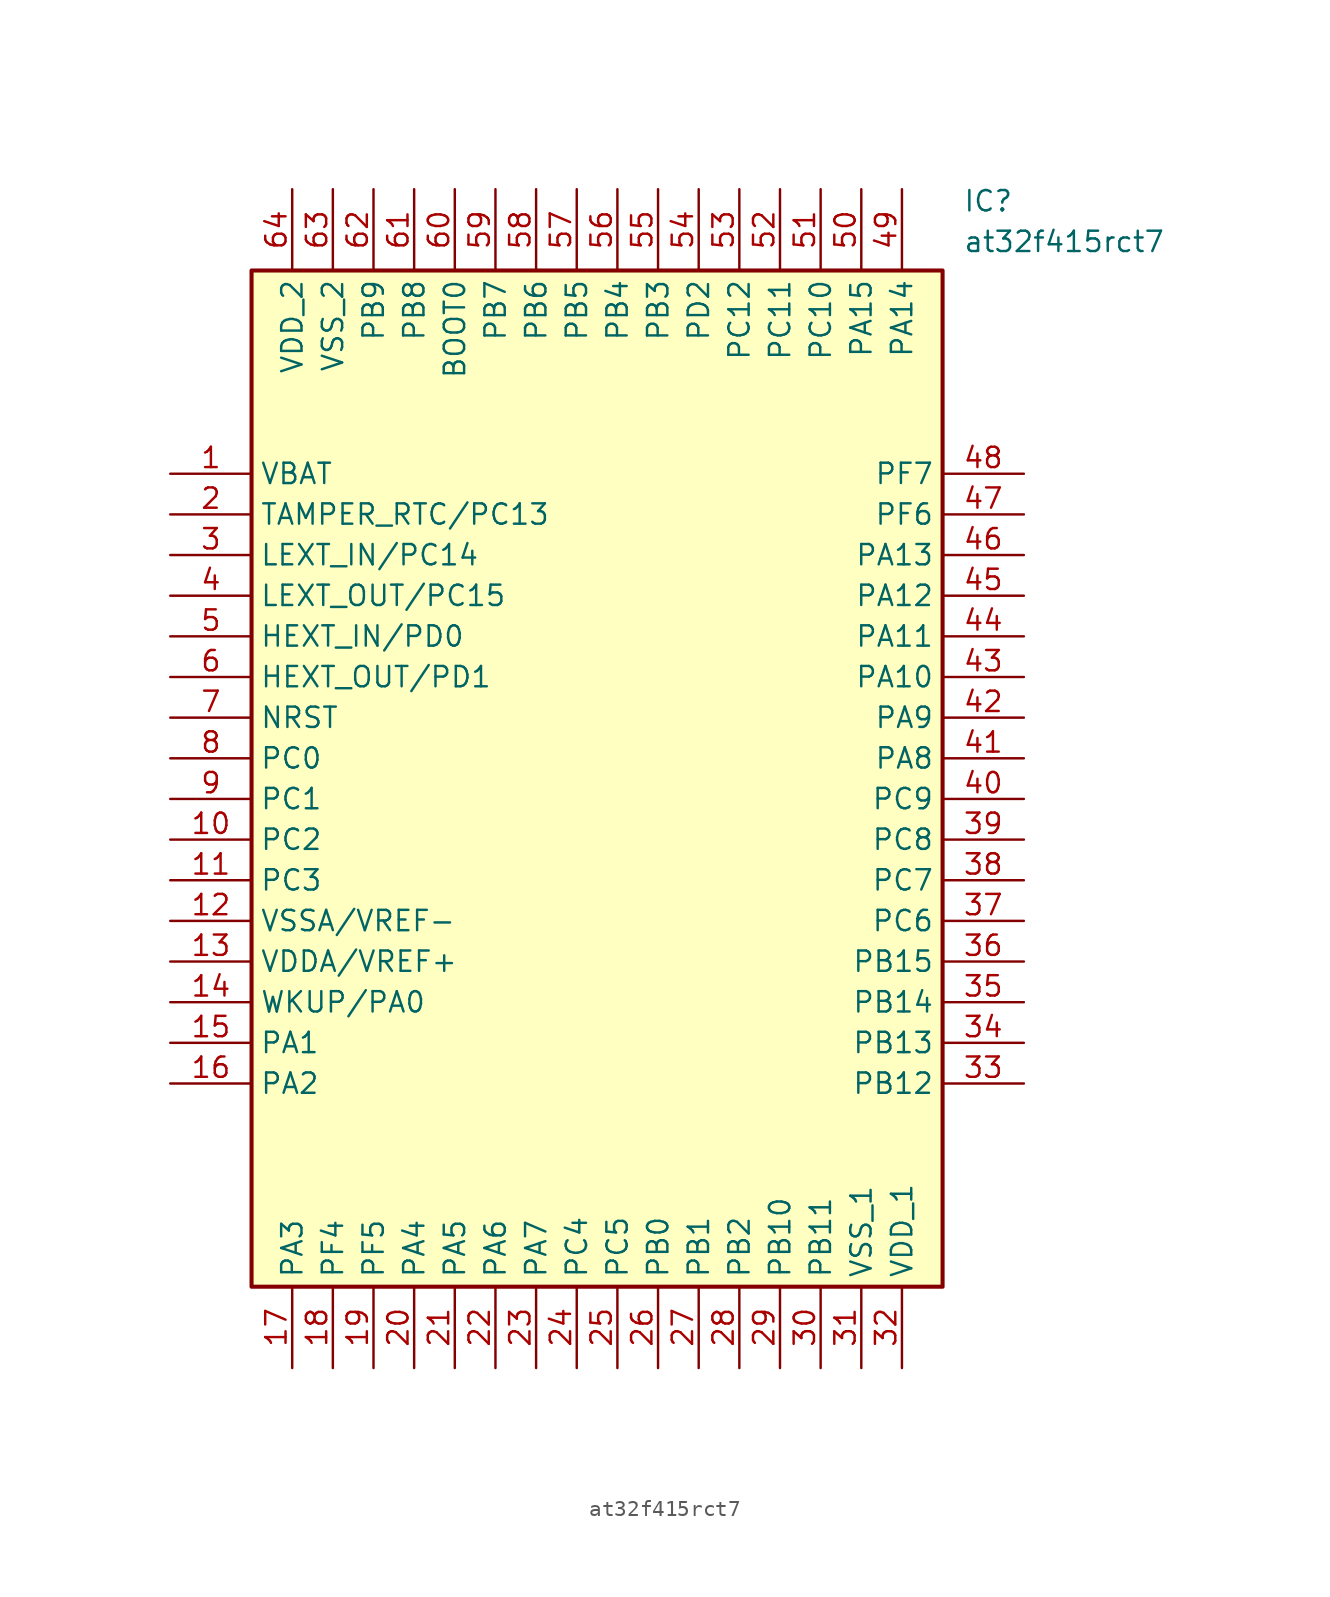
<source format=kicad_sym>
(kicad_symbol_lib
  (version 20211014)
  (generator SamacSys_ECAD_Model)
  (symbol "at32f415rct7"
    (property "Reference" "IC"
      (at 49.53 17.78 0)
      (effects (font (size 1.27 1.27)) (justify left top)))
    (property "Value" "at32f415rct7"
      (at 49.53 15.24 0)
      (effects (font (size 1.27 1.27)) (justify left top)))
    (rectangle
      (start 5.08 12.7)
      (end 48.26 -50.8)
      (stroke (width 0.254) (type default))
      (fill (type background)))
    (pin passive line
      (at 0 0 0)
      (length 5.08)
      (name "VBAT" (effects (font (size 1.27 1.27))))
      (number "1" (effects (font (size 1.27 1.27)))))
    (pin passive line
      (at 0 -2.54 0)
      (length 5.08)
      (name "TAMPER_RTC/PC13" (effects (font (size 1.27 1.27))))
      (number "2" (effects (font (size 1.27 1.27)))))
    (pin passive line
      (at 0 -5.08 0)
      (length 5.08)
      (name "LEXT_IN/PC14" (effects (font (size 1.27 1.27))))
      (number "3" (effects (font (size 1.27 1.27)))))
    (pin passive line
      (at 0 -7.62 0)
      (length 5.08)
      (name "LEXT_OUT/PC15" (effects (font (size 1.27 1.27))))
      (number "4" (effects (font (size 1.27 1.27)))))
    (pin passive line
      (at 0 -10.16 0)
      (length 5.08)
      (name "HEXT_IN/PD0" (effects (font (size 1.27 1.27))))
      (number "5" (effects (font (size 1.27 1.27)))))
    (pin passive line
      (at 0 -12.7 0)
      (length 5.08)
      (name "HEXT_OUT/PD1" (effects (font (size 1.27 1.27))))
      (number "6" (effects (font (size 1.27 1.27)))))
    (pin passive line
      (at 0 -15.24 0)
      (length 5.08)
      (name "NRST" (effects (font (size 1.27 1.27))))
      (number "7" (effects (font (size 1.27 1.27)))))
    (pin passive line
      (at 0 -17.78 0)
      (length 5.08)
      (name "PC0" (effects (font (size 1.27 1.27))))
      (number "8" (effects (font (size 1.27 1.27)))))
    (pin passive line
      (at 0 -20.32 0)
      (length 5.08)
      (name "PC1" (effects (font (size 1.27 1.27))))
      (number "9" (effects (font (size 1.27 1.27)))))
    (pin passive line
      (at 0 -22.86 0)
      (length 5.08)
      (name "PC2" (effects (font (size 1.27 1.27))))
      (number "10" (effects (font (size 1.27 1.27)))))
    (pin passive line
      (at 0 -25.4 0)
      (length 5.08)
      (name "PC3" (effects (font (size 1.27 1.27))))
      (number "11" (effects (font (size 1.27 1.27)))))
    (pin passive line
      (at 0 -27.94 0)
      (length 5.08)
      (name "VSSA/VREF-" (effects (font (size 1.27 1.27))))
      (number "12" (effects (font (size 1.27 1.27)))))
    (pin passive line
      (at 0 -30.48 0)
      (length 5.08)
      (name "VDDA/VREF+" (effects (font (size 1.27 1.27))))
      (number "13" (effects (font (size 1.27 1.27)))))
    (pin passive line
      (at 0 -33.02 0)
      (length 5.08)
      (name "WKUP/PA0" (effects (font (size 1.27 1.27))))
      (number "14" (effects (font (size 1.27 1.27)))))
    (pin passive line
      (at 0 -35.56 0)
      (length 5.08)
      (name "PA1" (effects (font (size 1.27 1.27))))
      (number "15" (effects (font (size 1.27 1.27)))))
    (pin passive line
      (at 0 -38.1 0)
      (length 5.08)
      (name "PA2" (effects (font (size 1.27 1.27))))
      (number "16" (effects (font (size 1.27 1.27)))))
    (pin passive line
      (at 7.62 -55.88 90)
      (length 5.08)
      (name "PA3" (effects (font (size 1.27 1.27))))
      (number "17" (effects (font (size 1.27 1.27)))))
    (pin passive line
      (at 10.16 -55.88 90)
      (length 5.08)
      (name "PF4" (effects (font (size 1.27 1.27))))
      (number "18" (effects (font (size 1.27 1.27)))))
    (pin passive line
      (at 12.7 -55.88 90)
      (length 5.08)
      (name "PF5" (effects (font (size 1.27 1.27))))
      (number "19" (effects (font (size 1.27 1.27)))))
    (pin passive line
      (at 15.24 -55.88 90)
      (length 5.08)
      (name "PA4" (effects (font (size 1.27 1.27))))
      (number "20" (effects (font (size 1.27 1.27)))))
    (pin passive line
      (at 17.78 -55.88 90)
      (length 5.08)
      (name "PA5" (effects (font (size 1.27 1.27))))
      (number "21" (effects (font (size 1.27 1.27)))))
    (pin passive line
      (at 20.32 -55.88 90)
      (length 5.08)
      (name "PA6" (effects (font (size 1.27 1.27))))
      (number "22" (effects (font (size 1.27 1.27)))))
    (pin passive line
      (at 22.86 -55.88 90)
      (length 5.08)
      (name "PA7" (effects (font (size 1.27 1.27))))
      (number "23" (effects (font (size 1.27 1.27)))))
    (pin passive line
      (at 25.4 -55.88 90)
      (length 5.08)
      (name "PC4" (effects (font (size 1.27 1.27))))
      (number "24" (effects (font (size 1.27 1.27)))))
    (pin passive line
      (at 27.94 -55.88 90)
      (length 5.08)
      (name "PC5" (effects (font (size 1.27 1.27))))
      (number "25" (effects (font (size 1.27 1.27)))))
    (pin passive line
      (at 30.48 -55.88 90)
      (length 5.08)
      (name "PB0" (effects (font (size 1.27 1.27))))
      (number "26" (effects (font (size 1.27 1.27)))))
    (pin passive line
      (at 33.02 -55.88 90)
      (length 5.08)
      (name "PB1" (effects (font (size 1.27 1.27))))
      (number "27" (effects (font (size 1.27 1.27)))))
    (pin passive line
      (at 35.56 -55.88 90)
      (length 5.08)
      (name "PB2" (effects (font (size 1.27 1.27))))
      (number "28" (effects (font (size 1.27 1.27)))))
    (pin passive line
      (at 38.1 -55.88 90)
      (length 5.08)
      (name "PB10" (effects (font (size 1.27 1.27))))
      (number "29" (effects (font (size 1.27 1.27)))))
    (pin passive line
      (at 40.64 -55.88 90)
      (length 5.08)
      (name "PB11" (effects (font (size 1.27 1.27))))
      (number "30" (effects (font (size 1.27 1.27)))))
    (pin passive line
      (at 43.18 -55.88 90)
      (length 5.08)
      (name "VSS_1" (effects (font (size 1.27 1.27))))
      (number "31" (effects (font (size 1.27 1.27)))))
    (pin passive line
      (at 45.72 -55.88 90)
      (length 5.08)
      (name "VDD_1" (effects (font (size 1.27 1.27))))
      (number "32" (effects (font (size 1.27 1.27)))))
    (pin passive line
      (at 53.34 0 180)
      (length 5.08)
      (name "PF7" (effects (font (size 1.27 1.27))))
      (number "48" (effects (font (size 1.27 1.27)))))
    (pin passive line
      (at 53.34 -2.54 180)
      (length 5.08)
      (name "PF6" (effects (font (size 1.27 1.27))))
      (number "47" (effects (font (size 1.27 1.27)))))
    (pin passive line
      (at 53.34 -5.08 180)
      (length 5.08)
      (name "PA13" (effects (font (size 1.27 1.27))))
      (number "46" (effects (font (size 1.27 1.27)))))
    (pin passive line
      (at 53.34 -7.62 180)
      (length 5.08)
      (name "PA12" (effects (font (size 1.27 1.27))))
      (number "45" (effects (font (size 1.27 1.27)))))
    (pin passive line
      (at 53.34 -10.16 180)
      (length 5.08)
      (name "PA11" (effects (font (size 1.27 1.27))))
      (number "44" (effects (font (size 1.27 1.27)))))
    (pin passive line
      (at 53.34 -12.7 180)
      (length 5.08)
      (name "PA10" (effects (font (size 1.27 1.27))))
      (number "43" (effects (font (size 1.27 1.27)))))
    (pin passive line
      (at 53.34 -15.24 180)
      (length 5.08)
      (name "PA9" (effects (font (size 1.27 1.27))))
      (number "42" (effects (font (size 1.27 1.27)))))
    (pin passive line
      (at 53.34 -17.78 180)
      (length 5.08)
      (name "PA8" (effects (font (size 1.27 1.27))))
      (number "41" (effects (font (size 1.27 1.27)))))
    (pin passive line
      (at 53.34 -20.32 180)
      (length 5.08)
      (name "PC9" (effects (font (size 1.27 1.27))))
      (number "40" (effects (font (size 1.27 1.27)))))
    (pin passive line
      (at 53.34 -22.86 180)
      (length 5.08)
      (name "PC8" (effects (font (size 1.27 1.27))))
      (number "39" (effects (font (size 1.27 1.27)))))
    (pin passive line
      (at 53.34 -25.4 180)
      (length 5.08)
      (name "PC7" (effects (font (size 1.27 1.27))))
      (number "38" (effects (font (size 1.27 1.27)))))
    (pin passive line
      (at 53.34 -27.94 180)
      (length 5.08)
      (name "PC6" (effects (font (size 1.27 1.27))))
      (number "37" (effects (font (size 1.27 1.27)))))
    (pin passive line
      (at 53.34 -30.48 180)
      (length 5.08)
      (name "PB15" (effects (font (size 1.27 1.27))))
      (number "36" (effects (font (size 1.27 1.27)))))
    (pin passive line
      (at 53.34 -33.02 180)
      (length 5.08)
      (name "PB14" (effects (font (size 1.27 1.27))))
      (number "35" (effects (font (size 1.27 1.27)))))
    (pin passive line
      (at 53.34 -35.56 180)
      (length 5.08)
      (name "PB13" (effects (font (size 1.27 1.27))))
      (number "34" (effects (font (size 1.27 1.27)))))
    (pin passive line
      (at 53.34 -38.1 180)
      (length 5.08)
      (name "PB12" (effects (font (size 1.27 1.27))))
      (number "33" (effects (font (size 1.27 1.27)))))
    (pin passive line
      (at 7.62 17.78 270)
      (length 5.08)
      (name "VDD_2" (effects (font (size 1.27 1.27))))
      (number "64" (effects (font (size 1.27 1.27)))))
    (pin passive line
      (at 10.16 17.78 270)
      (length 5.08)
      (name "VSS_2" (effects (font (size 1.27 1.27))))
      (number "63" (effects (font (size 1.27 1.27)))))
    (pin passive line
      (at 12.7 17.78 270)
      (length 5.08)
      (name "PB9" (effects (font (size 1.27 1.27))))
      (number "62" (effects (font (size 1.27 1.27)))))
    (pin passive line
      (at 15.24 17.78 270)
      (length 5.08)
      (name "PB8" (effects (font (size 1.27 1.27))))
      (number "61" (effects (font (size 1.27 1.27)))))
    (pin passive line
      (at 17.78 17.78 270)
      (length 5.08)
      (name "BOOT0" (effects (font (size 1.27 1.27))))
      (number "60" (effects (font (size 1.27 1.27)))))
    (pin passive line
      (at 20.32 17.78 270)
      (length 5.08)
      (name "PB7" (effects (font (size 1.27 1.27))))
      (number "59" (effects (font (size 1.27 1.27)))))
    (pin passive line
      (at 22.86 17.78 270)
      (length 5.08)
      (name "PB6" (effects (font (size 1.27 1.27))))
      (number "58" (effects (font (size 1.27 1.27)))))
    (pin passive line
      (at 25.4 17.78 270)
      (length 5.08)
      (name "PB5" (effects (font (size 1.27 1.27))))
      (number "57" (effects (font (size 1.27 1.27)))))
    (pin passive line
      (at 27.94 17.78 270)
      (length 5.08)
      (name "PB4" (effects (font (size 1.27 1.27))))
      (number "56" (effects (font (size 1.27 1.27)))))
    (pin passive line
      (at 30.48 17.78 270)
      (length 5.08)
      (name "PB3" (effects (font (size 1.27 1.27))))
      (number "55" (effects (font (size 1.27 1.27)))))
    (pin passive line
      (at 33.02 17.78 270)
      (length 5.08)
      (name "PD2" (effects (font (size 1.27 1.27))))
      (number "54" (effects (font (size 1.27 1.27)))))
    (pin passive line
      (at 35.56 17.78 270)
      (length 5.08)
      (name "PC12" (effects (font (size 1.27 1.27))))
      (number "53" (effects (font (size 1.27 1.27)))))
    (pin passive line
      (at 38.1 17.78 270)
      (length 5.08)
      (name "PC11" (effects (font (size 1.27 1.27))))
      (number "52" (effects (font (size 1.27 1.27)))))
    (pin passive line
      (at 40.64 17.78 270)
      (length 5.08)
      (name "PC10" (effects (font (size 1.27 1.27))))
      (number "51" (effects (font (size 1.27 1.27)))))
    (pin passive line
      (at 43.18 17.78 270)
      (length 5.08)
      (name "PA15" (effects (font (size 1.27 1.27))))
      (number "50" (effects (font (size 1.27 1.27)))))
    (pin passive line
      (at 45.72 17.78 270)
      (length 5.08)
      (name "PA14" (effects (font (size 1.27 1.27))))
      (number "49" (effects (font (size 1.27 1.27)))))))
</source>
